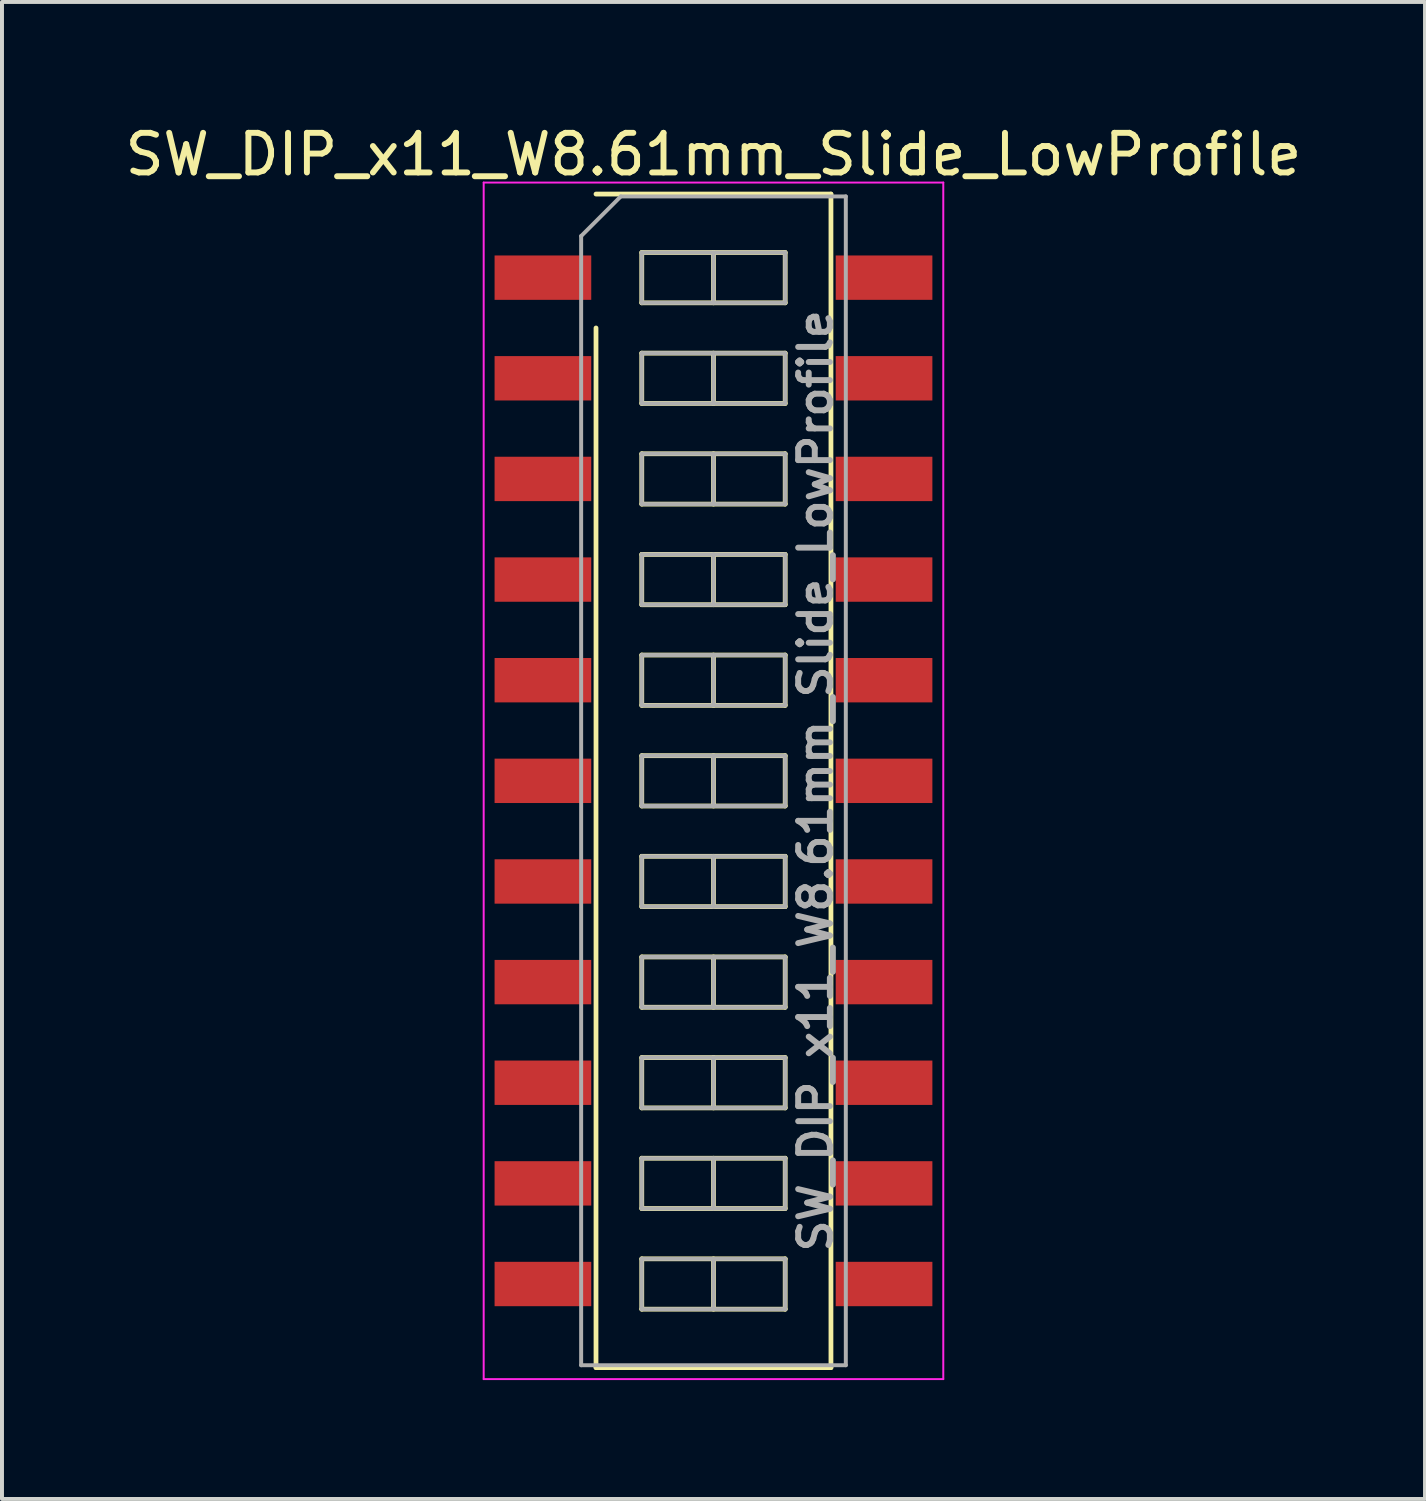
<source format=kicad_pcb>
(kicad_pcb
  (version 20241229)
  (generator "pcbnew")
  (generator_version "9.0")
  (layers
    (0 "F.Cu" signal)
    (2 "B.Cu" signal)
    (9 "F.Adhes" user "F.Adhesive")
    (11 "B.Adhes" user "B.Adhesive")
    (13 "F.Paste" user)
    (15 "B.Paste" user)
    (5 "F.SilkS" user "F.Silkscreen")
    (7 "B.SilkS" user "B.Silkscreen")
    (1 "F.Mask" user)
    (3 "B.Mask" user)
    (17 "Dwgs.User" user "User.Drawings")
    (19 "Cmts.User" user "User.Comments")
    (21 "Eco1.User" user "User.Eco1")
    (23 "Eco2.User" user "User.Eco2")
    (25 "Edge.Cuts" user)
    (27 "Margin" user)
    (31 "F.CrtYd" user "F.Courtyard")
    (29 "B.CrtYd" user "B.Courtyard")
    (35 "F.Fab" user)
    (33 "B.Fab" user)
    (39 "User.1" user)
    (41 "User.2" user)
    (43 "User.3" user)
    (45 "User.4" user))
  (footprint "SW_DIP_x11_W8.61mm_Slide_LowProfile"
    (layer "F.Cu")
    (at 14.958 16.658)
    (property "Reference" "SW_DIP_x11_W8.61mm_Slide_LowProfile" (at 0 -15.81 0) (layer "F.SilkS") (effects (font (size 1 1) (thickness 0.15))))
    (attr smd)
    (fp_line (start -2.965 -14.81) (end 2.965 -14.81) (stroke (width 0.12) (type solid)) (layer "F.SilkS"))
    (fp_line (start -2.965 14.81) (end -2.965 -11.43) (stroke (width 0.12) (type solid)) (layer "F.SilkS"))
    (fp_line (start -1.81 -13.335) (end -1.81 -12.065) (stroke (width 0.12) (type solid)) (layer "F.SilkS"))
    (fp_line (start -1.81 -12.065) (end 1.81 -12.065) (stroke (width 0.12) (type solid)) (layer "F.SilkS"))
    (fp_line (start -1.81 -10.795) (end -1.81 -9.525) (stroke (width 0.12) (type solid)) (layer "F.SilkS"))
    (fp_line (start -1.81 -9.525) (end 1.81 -9.525) (stroke (width 0.12) (type solid)) (layer "F.SilkS"))
    (fp_line (start -1.81 -8.255) (end -1.81 -6.985) (stroke (width 0.12) (type solid)) (layer "F.SilkS"))
    (fp_line (start -1.81 -6.985) (end 1.81 -6.985) (stroke (width 0.12) (type solid)) (layer "F.SilkS"))
    (fp_line (start -1.81 -5.715) (end -1.81 -4.445) (stroke (width 0.12) (type solid)) (layer "F.SilkS"))
    (fp_line (start -1.81 -4.445) (end 1.81 -4.445) (stroke (width 0.12) (type solid)) (layer "F.SilkS"))
    (fp_line (start -1.81 -3.175) (end -1.81 -1.905) (stroke (width 0.12) (type solid)) (layer "F.SilkS"))
    (fp_line (start -1.81 -1.905) (end 1.81 -1.905) (stroke (width 0.12) (type solid)) (layer "F.SilkS"))
    (fp_line (start -1.81 -0.635) (end -1.81 0.635) (stroke (width 0.12) (type solid)) (layer "F.SilkS"))
    (fp_line (start -1.81 0.635) (end 1.81 0.635) (stroke (width 0.12) (type solid)) (layer "F.SilkS"))
    (fp_line (start -1.81 1.905) (end -1.81 3.175) (stroke (width 0.12) (type solid)) (layer "F.SilkS"))
    (fp_line (start -1.81 3.175) (end 1.81 3.175) (stroke (width 0.12) (type solid)) (layer "F.SilkS"))
    (fp_line (start -1.81 4.445) (end -1.81 5.715) (stroke (width 0.12) (type solid)) (layer "F.SilkS"))
    (fp_line (start -1.81 5.715) (end 1.81 5.715) (stroke (width 0.12) (type solid)) (layer "F.SilkS"))
    (fp_line (start -1.81 6.985) (end -1.81 8.255) (stroke (width 0.12) (type solid)) (layer "F.SilkS"))
    (fp_line (start -1.81 8.255) (end 1.81 8.255) (stroke (width 0.12) (type solid)) (layer "F.SilkS"))
    (fp_line (start -1.81 9.525) (end -1.81 10.795) (stroke (width 0.12) (type solid)) (layer "F.SilkS"))
    (fp_line (start -1.81 10.795) (end 1.81 10.795) (stroke (width 0.12) (type solid)) (layer "F.SilkS"))
    (fp_line (start -1.81 12.065) (end -1.81 13.335) (stroke (width 0.12) (type solid)) (layer "F.SilkS"))
    (fp_line (start -1.81 13.335) (end 1.81 13.335) (stroke (width 0.12) (type solid)) (layer "F.SilkS"))
    (fp_line (start 0 -13.335) (end 0 -12.065) (stroke (width 0.12) (type solid)) (layer "F.SilkS"))
    (fp_line (start 0 -10.795) (end 0 -9.525) (stroke (width 0.12) (type solid)) (layer "F.SilkS"))
    (fp_line (start 0 -8.255) (end 0 -6.985) (stroke (width 0.12) (type solid)) (layer "F.SilkS"))
    (fp_line (start 0 -5.715) (end 0 -4.445) (stroke (width 0.12) (type solid)) (layer "F.SilkS"))
    (fp_line (start 0 -3.175) (end 0 -1.905) (stroke (width 0.12) (type solid)) (layer "F.SilkS"))
    (fp_line (start 0 -0.635) (end 0 0.635) (stroke (width 0.12) (type solid)) (layer "F.SilkS"))
    (fp_line (start 0 1.905) (end 0 3.175) (stroke (width 0.12) (type solid)) (layer "F.SilkS"))
    (fp_line (start 0 4.445) (end 0 5.715) (stroke (width 0.12) (type solid)) (layer "F.SilkS"))
    (fp_line (start 0 6.985) (end 0 8.255) (stroke (width 0.12) (type solid)) (layer "F.SilkS"))
    (fp_line (start 0 9.525) (end 0 10.795) (stroke (width 0.12) (type solid)) (layer "F.SilkS"))
    (fp_line (start 0 12.065) (end 0 13.335) (stroke (width 0.12) (type solid)) (layer "F.SilkS"))
    (fp_line (start 1.81 -13.335) (end -1.81 -13.335) (stroke (width 0.12) (type solid)) (layer "F.SilkS"))
    (fp_line (start 1.81 -12.065) (end 1.81 -13.335) (stroke (width 0.12) (type solid)) (layer "F.SilkS"))
    (fp_line (start 1.81 -10.795) (end -1.81 -10.795) (stroke (width 0.12) (type solid)) (layer "F.SilkS"))
    (fp_line (start 1.81 -9.525) (end 1.81 -10.795) (stroke (width 0.12) (type solid)) (layer "F.SilkS"))
    (fp_line (start 1.81 -8.255) (end -1.81 -8.255) (stroke (width 0.12) (type solid)) (layer "F.SilkS"))
    (fp_line (start 1.81 -6.985) (end 1.81 -8.255) (stroke (width 0.12) (type solid)) (layer "F.SilkS"))
    (fp_line (start 1.81 -5.715) (end -1.81 -5.715) (stroke (width 0.12) (type solid)) (layer "F.SilkS"))
    (fp_line (start 1.81 -4.445) (end 1.81 -5.715) (stroke (width 0.12) (type solid)) (layer "F.SilkS"))
    (fp_line (start 1.81 -3.175) (end -1.81 -3.175) (stroke (width 0.12) (type solid)) (layer "F.SilkS"))
    (fp_line (start 1.81 -1.905) (end 1.81 -3.175) (stroke (width 0.12) (type solid)) (layer "F.SilkS"))
    (fp_line (start 1.81 -0.635) (end -1.81 -0.635) (stroke (width 0.12) (type solid)) (layer "F.SilkS"))
    (fp_line (start 1.81 0.635) (end 1.81 -0.635) (stroke (width 0.12) (type solid)) (layer "F.SilkS"))
    (fp_line (start 1.81 1.905) (end -1.81 1.905) (stroke (width 0.12) (type solid)) (layer "F.SilkS"))
    (fp_line (start 1.81 3.175) (end 1.81 1.905) (stroke (width 0.12) (type solid)) (layer "F.SilkS"))
    (fp_line (start 1.81 4.445) (end -1.81 4.445) (stroke (width 0.12) (type solid)) (layer "F.SilkS"))
    (fp_line (start 1.81 5.715) (end 1.81 4.445) (stroke (width 0.12) (type solid)) (layer "F.SilkS"))
    (fp_line (start 1.81 6.985) (end -1.81 6.985) (stroke (width 0.12) (type solid)) (layer "F.SilkS"))
    (fp_line (start 1.81 8.255) (end 1.81 6.985) (stroke (width 0.12) (type solid)) (layer "F.SilkS"))
    (fp_line (start 1.81 9.525) (end -1.81 9.525) (stroke (width 0.12) (type solid)) (layer "F.SilkS"))
    (fp_line (start 1.81 10.795) (end 1.81 9.525) (stroke (width 0.12) (type solid)) (layer "F.SilkS"))
    (fp_line (start 1.81 12.065) (end -1.81 12.065) (stroke (width 0.12) (type solid)) (layer "F.SilkS"))
    (fp_line (start 1.81 13.335) (end 1.81 12.065) (stroke (width 0.12) (type solid)) (layer "F.SilkS"))
    (fp_line (start 2.965 -14.81) (end 2.965 14.81) (stroke (width 0.12) (type solid)) (layer "F.SilkS"))
    (fp_line (start 2.965 14.81) (end -2.965 14.81) (stroke (width 0.12) (type solid)) (layer "F.SilkS"))
    (fp_line (start -5.8 -15.1) (end -5.8 15.1) (stroke (width 0.05) (type solid)) (layer "F.CrtYd"))
    (fp_line (start -5.8 15.1) (end 5.8 15.1) (stroke (width 0.05) (type solid)) (layer "F.CrtYd"))
    (fp_line (start 5.8 -15.1) (end -5.8 -15.1) (stroke (width 0.05) (type solid)) (layer "F.CrtYd"))
    (fp_line (start 5.8 15.1) (end 5.8 -15.1) (stroke (width 0.05) (type solid)) (layer "F.CrtYd"))
    (fp_line (start -3.34 -13.75) (end -2.34 -14.75) (stroke (width 0.1) (type solid)) (layer "F.Fab"))
    (fp_line (start -3.34 14.75) (end -3.34 -13.75) (stroke (width 0.1) (type solid)) (layer "F.Fab"))
    (fp_line (start -2.34 -14.75) (end 3.34 -14.75) (stroke (width 0.1) (type solid)) (layer "F.Fab"))
    (fp_line (start -1.81 -13.335) (end -1.81 -12.065) (stroke (width 0.1) (type solid)) (layer "F.Fab"))
    (fp_line (start -1.81 -12.065) (end 1.81 -12.065) (stroke (width 0.1) (type solid)) (layer "F.Fab"))
    (fp_line (start -1.81 -10.795) (end -1.81 -9.525) (stroke (width 0.1) (type solid)) (layer "F.Fab"))
    (fp_line (start -1.81 -9.525) (end 1.81 -9.525) (stroke (width 0.1) (type solid)) (layer "F.Fab"))
    (fp_line (start -1.81 -8.255) (end -1.81 -6.985) (stroke (width 0.1) (type solid)) (layer "F.Fab"))
    (fp_line (start -1.81 -6.985) (end 1.81 -6.985) (stroke (width 0.1) (type solid)) (layer "F.Fab"))
    (fp_line (start -1.81 -5.715) (end -1.81 -4.445) (stroke (width 0.1) (type solid)) (layer "F.Fab"))
    (fp_line (start -1.81 -4.445) (end 1.81 -4.445) (stroke (width 0.1) (type solid)) (layer "F.Fab"))
    (fp_line (start -1.81 -3.175) (end -1.81 -1.905) (stroke (width 0.1) (type solid)) (layer "F.Fab"))
    (fp_line (start -1.81 -1.905) (end 1.81 -1.905) (stroke (width 0.1) (type solid)) (layer "F.Fab"))
    (fp_line (start -1.81 -0.635) (end -1.81 0.635) (stroke (width 0.1) (type solid)) (layer "F.Fab"))
    (fp_line (start -1.81 0.635) (end 1.81 0.635) (stroke (width 0.1) (type solid)) (layer "F.Fab"))
    (fp_line (start -1.81 1.905) (end -1.81 3.175) (stroke (width 0.1) (type solid)) (layer "F.Fab"))
    (fp_line (start -1.81 3.175) (end 1.81 3.175) (stroke (width 0.1) (type solid)) (layer "F.Fab"))
    (fp_line (start -1.81 4.445) (end -1.81 5.715) (stroke (width 0.1) (type solid)) (layer "F.Fab"))
    (fp_line (start -1.81 5.715) (end 1.81 5.715) (stroke (width 0.1) (type solid)) (layer "F.Fab"))
    (fp_line (start -1.81 6.985) (end -1.81 8.255) (stroke (width 0.1) (type solid)) (layer "F.Fab"))
    (fp_line (start -1.81 8.255) (end 1.81 8.255) (stroke (width 0.1) (type solid)) (layer "F.Fab"))
    (fp_line (start -1.81 9.525) (end -1.81 10.795) (stroke (width 0.1) (type solid)) (layer "F.Fab"))
    (fp_line (start -1.81 10.795) (end 1.81 10.795) (stroke (width 0.1) (type solid)) (layer "F.Fab"))
    (fp_line (start -1.81 12.065) (end -1.81 13.335) (stroke (width 0.1) (type solid)) (layer "F.Fab"))
    (fp_line (start -1.81 13.335) (end 1.81 13.335) (stroke (width 0.1) (type solid)) (layer "F.Fab"))
    (fp_line (start 0 -13.335) (end 0 -12.065) (stroke (width 0.1) (type solid)) (layer "F.Fab"))
    (fp_line (start 0 -10.795) (end 0 -9.525) (stroke (width 0.1) (type solid)) (layer "F.Fab"))
    (fp_line (start 0 -8.255) (end 0 -6.985) (stroke (width 0.1) (type solid)) (layer "F.Fab"))
    (fp_line (start 0 -5.715) (end 0 -4.445) (stroke (width 0.1) (type solid)) (layer "F.Fab"))
    (fp_line (start 0 -3.175) (end 0 -1.905) (stroke (width 0.1) (type solid)) (layer "F.Fab"))
    (fp_line (start 0 -0.635) (end 0 0.635) (stroke (width 0.1) (type solid)) (layer "F.Fab"))
    (fp_line (start 0 1.905) (end 0 3.175) (stroke (width 0.1) (type solid)) (layer "F.Fab"))
    (fp_line (start 0 4.445) (end 0 5.715) (stroke (width 0.1) (type solid)) (layer "F.Fab"))
    (fp_line (start 0 6.985) (end 0 8.255) (stroke (width 0.1) (type solid)) (layer "F.Fab"))
    (fp_line (start 0 9.525) (end 0 10.795) (stroke (width 0.1) (type solid)) (layer "F.Fab"))
    (fp_line (start 0 12.065) (end 0 13.335) (stroke (width 0.1) (type solid)) (layer "F.Fab"))
    (fp_line (start 1.81 -13.335) (end -1.81 -13.335) (stroke (width 0.1) (type solid)) (layer "F.Fab"))
    (fp_line (start 1.81 -12.065) (end 1.81 -13.335) (stroke (width 0.1) (type solid)) (layer "F.Fab"))
    (fp_line (start 1.81 -10.795) (end -1.81 -10.795) (stroke (width 0.1) (type solid)) (layer "F.Fab"))
    (fp_line (start 1.81 -9.525) (end 1.81 -10.795) (stroke (width 0.1) (type solid)) (layer "F.Fab"))
    (fp_line (start 1.81 -8.255) (end -1.81 -8.255) (stroke (width 0.1) (type solid)) (layer "F.Fab"))
    (fp_line (start 1.81 -6.985) (end 1.81 -8.255) (stroke (width 0.1) (type solid)) (layer "F.Fab"))
    (fp_line (start 1.81 -5.715) (end -1.81 -5.715) (stroke (width 0.1) (type solid)) (layer "F.Fab"))
    (fp_line (start 1.81 -4.445) (end 1.81 -5.715) (stroke (width 0.1) (type solid)) (layer "F.Fab"))
    (fp_line (start 1.81 -3.175) (end -1.81 -3.175) (stroke (width 0.1) (type solid)) (layer "F.Fab"))
    (fp_line (start 1.81 -1.905) (end 1.81 -3.175) (stroke (width 0.1) (type solid)) (layer "F.Fab"))
    (fp_line (start 1.81 -0.635) (end -1.81 -0.635) (stroke (width 0.1) (type solid)) (layer "F.Fab"))
    (fp_line (start 1.81 0.635) (end 1.81 -0.635) (stroke (width 0.1) (type solid)) (layer "F.Fab"))
    (fp_line (start 1.81 1.905) (end -1.81 1.905) (stroke (width 0.1) (type solid)) (layer "F.Fab"))
    (fp_line (start 1.81 3.175) (end 1.81 1.905) (stroke (width 0.1) (type solid)) (layer "F.Fab"))
    (fp_line (start 1.81 4.445) (end -1.81 4.445) (stroke (width 0.1) (type solid)) (layer "F.Fab"))
    (fp_line (start 1.81 5.715) (end 1.81 4.445) (stroke (width 0.1) (type solid)) (layer "F.Fab"))
    (fp_line (start 1.81 6.985) (end -1.81 6.985) (stroke (width 0.1) (type solid)) (layer "F.Fab"))
    (fp_line (start 1.81 8.255) (end 1.81 6.985) (stroke (width 0.1) (type solid)) (layer "F.Fab"))
    (fp_line (start 1.81 9.525) (end -1.81 9.525) (stroke (width 0.1) (type solid)) (layer "F.Fab"))
    (fp_line (start 1.81 10.795) (end 1.81 9.525) (stroke (width 0.1) (type solid)) (layer "F.Fab"))
    (fp_line (start 1.81 12.065) (end -1.81 12.065) (stroke (width 0.1) (type solid)) (layer "F.Fab"))
    (fp_line (start 1.81 13.335) (end 1.81 12.065) (stroke (width 0.1) (type solid)) (layer "F.Fab"))
    (fp_line (start 3.34 -14.75) (end 3.34 14.75) (stroke (width 0.1) (type solid)) (layer "F.Fab"))
    (fp_line (start 3.34 14.75) (end -3.34 14.75) (stroke (width 0.1) (type solid)) (layer "F.Fab"))
    (fp_text user "${REFERENCE}" (at 2.575 0 90) (layer "F.Fab") (effects (font (size 0.8 0.8) (thickness 0.15))))
    (pad "1" smd rect (at -4.305 -12.7) (size 2.44 1.12) (layers "F.Cu" "F.Mask" "F.Paste"))
    (pad "2" smd rect (at -4.305 -10.16) (size 2.44 1.12) (layers "F.Cu" "F.Mask" "F.Paste"))
    (pad "3" smd rect (at -4.305 -7.62) (size 2.44 1.12) (layers "F.Cu" "F.Mask" "F.Paste"))
    (pad "4" smd rect (at -4.305 -5.08) (size 2.44 1.12) (layers "F.Cu" "F.Mask" "F.Paste"))
    (pad "5" smd rect (at -4.305 -2.54) (size 2.44 1.12) (layers "F.Cu" "F.Mask" "F.Paste"))
    (pad "6" smd rect (at -4.305 0) (size 2.44 1.12) (layers "F.Cu" "F.Mask" "F.Paste"))
    (pad "7" smd rect (at -4.305 2.54) (size 2.44 1.12) (layers "F.Cu" "F.Mask" "F.Paste"))
    (pad "8" smd rect (at -4.305 5.08) (size 2.44 1.12) (layers "F.Cu" "F.Mask" "F.Paste"))
    (pad "9" smd rect (at -4.305 7.62) (size 2.44 1.12) (layers "F.Cu" "F.Mask" "F.Paste"))
    (pad "10" smd rect (at -4.305 10.16) (size 2.44 1.12) (layers "F.Cu" "F.Mask" "F.Paste"))
    (pad "11" smd rect (at -4.305 12.7) (size 2.44 1.12) (layers "F.Cu" "F.Mask" "F.Paste"))
    (pad "12" smd rect (at 4.305 12.7) (size 2.44 1.12) (layers "F.Cu" "F.Mask" "F.Paste"))
    (pad "13" smd rect (at 4.305 10.16) (size 2.44 1.12) (layers "F.Cu" "F.Mask" "F.Paste"))
    (pad "14" smd rect (at 4.305 7.62) (size 2.44 1.12) (layers "F.Cu" "F.Mask" "F.Paste"))
    (pad "15" smd rect (at 4.305 5.08) (size 2.44 1.12) (layers "F.Cu" "F.Mask" "F.Paste"))
    (pad "16" smd rect (at 4.305 2.54) (size 2.44 1.12) (layers "F.Cu" "F.Mask" "F.Paste"))
    (pad "17" smd rect (at 4.305 0) (size 2.44 1.12) (layers "F.Cu" "F.Mask" "F.Paste"))
    (pad "18" smd rect (at 4.305 -2.54) (size 2.44 1.12) (layers "F.Cu" "F.Mask" "F.Paste"))
    (pad "19" smd rect (at 4.305 -5.08) (size 2.44 1.12) (layers "F.Cu" "F.Mask" "F.Paste"))
    (pad "20" smd rect (at 4.305 -7.62) (size 2.44 1.12) (layers "F.Cu" "F.Mask" "F.Paste"))
    (pad "21" smd rect (at 4.305 -10.16) (size 2.44 1.12) (layers "F.Cu" "F.Mask" "F.Paste"))
    (pad "22" smd rect (at 4.305 -12.7) (size 2.44 1.12) (layers "F.Cu" "F.Mask" "F.Paste")))
  (gr_rect
    (start -3 -3)
    (end 32.917 34.783)
    (stroke (width 0.1) (type default))
    (fill no)
    (layer "Edge.Cuts")))
</source>
